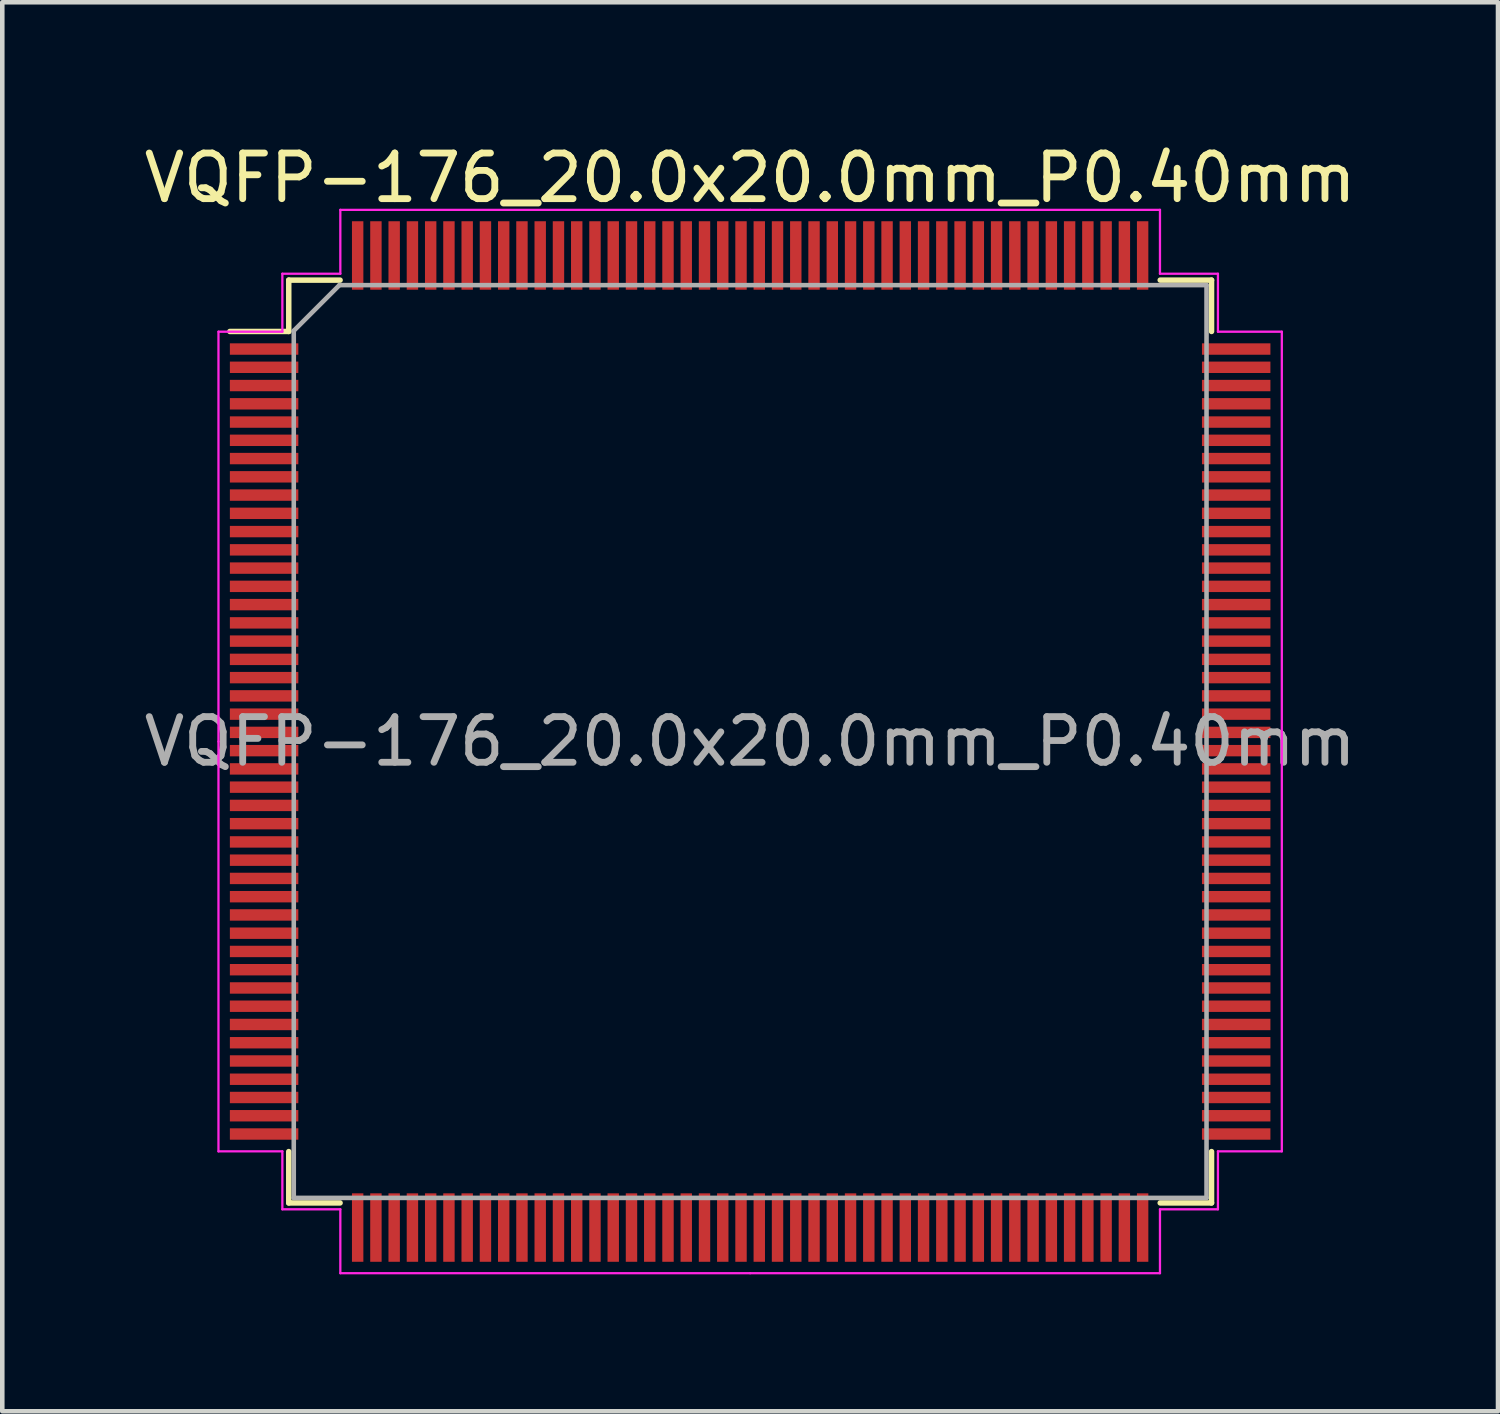
<source format=kicad_pcb>
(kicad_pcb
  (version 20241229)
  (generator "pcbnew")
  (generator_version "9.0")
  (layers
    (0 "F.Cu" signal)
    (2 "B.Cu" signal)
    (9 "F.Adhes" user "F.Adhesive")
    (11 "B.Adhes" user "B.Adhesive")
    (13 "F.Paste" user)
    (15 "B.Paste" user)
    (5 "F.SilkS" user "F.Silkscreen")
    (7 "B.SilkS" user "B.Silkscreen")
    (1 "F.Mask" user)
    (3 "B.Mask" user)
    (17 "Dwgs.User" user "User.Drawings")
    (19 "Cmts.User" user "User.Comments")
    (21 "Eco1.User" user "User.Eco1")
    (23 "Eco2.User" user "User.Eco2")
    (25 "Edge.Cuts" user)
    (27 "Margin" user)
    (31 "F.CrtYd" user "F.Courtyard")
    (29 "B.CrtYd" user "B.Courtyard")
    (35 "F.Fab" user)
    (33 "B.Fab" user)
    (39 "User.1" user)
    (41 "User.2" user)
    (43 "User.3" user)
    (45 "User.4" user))
  (footprint "VQFP-176_20.0x20.0mm_P0.40mm"
    (layer "F.Cu")
    (at 13.387 13.198)
    (property "Reference" "VQFP-176_20.0x20.0mm_P0.40mm" (at 0 -12.35 0) (layer "F.SilkS") (effects (font (size 1 1) (thickness 0.15))))
    (attr smd)
    (fp_line (start -10.11 -10.11) (end -10.11 -8.985) (stroke (width 0.12) (type solid)) (layer "F.SilkS"))
    (fp_line (start -10.11 -8.985) (end -11.4 -8.985) (stroke (width 0.12) (type solid)) (layer "F.SilkS"))
    (fp_line (start -10.11 10.11) (end -10.11 8.985) (stroke (width 0.12) (type solid)) (layer "F.SilkS"))
    (fp_line (start -8.985 -10.11) (end -10.11 -10.11) (stroke (width 0.12) (type solid)) (layer "F.SilkS"))
    (fp_line (start -8.985 10.11) (end -10.11 10.11) (stroke (width 0.12) (type solid)) (layer "F.SilkS"))
    (fp_line (start 8.985 -10.11) (end 10.11 -10.11) (stroke (width 0.12) (type solid)) (layer "F.SilkS"))
    (fp_line (start 8.985 10.11) (end 10.11 10.11) (stroke (width 0.12) (type solid)) (layer "F.SilkS"))
    (fp_line (start 10.11 -10.11) (end 10.11 -8.985) (stroke (width 0.12) (type solid)) (layer "F.SilkS"))
    (fp_line (start 10.11 10.11) (end 10.11 8.985) (stroke (width 0.12) (type solid)) (layer "F.SilkS"))
    (fp_line (start -11.65 -8.98) (end -11.65 0) (stroke (width 0.05) (type solid)) (layer "F.CrtYd"))
    (fp_line (start -11.65 8.98) (end -11.65 0) (stroke (width 0.05) (type solid)) (layer "F.CrtYd"))
    (fp_line (start -10.25 -10.25) (end -10.25 -8.98) (stroke (width 0.05) (type solid)) (layer "F.CrtYd"))
    (fp_line (start -10.25 -8.98) (end -11.65 -8.98) (stroke (width 0.05) (type solid)) (layer "F.CrtYd"))
    (fp_line (start -10.25 8.98) (end -11.65 8.98) (stroke (width 0.05) (type solid)) (layer "F.CrtYd"))
    (fp_line (start -10.25 10.25) (end -10.25 8.98) (stroke (width 0.05) (type solid)) (layer "F.CrtYd"))
    (fp_line (start -8.98 -11.65) (end -8.98 -10.25) (stroke (width 0.05) (type solid)) (layer "F.CrtYd"))
    (fp_line (start -8.98 -10.25) (end -10.25 -10.25) (stroke (width 0.05) (type solid)) (layer "F.CrtYd"))
    (fp_line (start -8.98 10.25) (end -10.25 10.25) (stroke (width 0.05) (type solid)) (layer "F.CrtYd"))
    (fp_line (start -8.98 11.65) (end -8.98 10.25) (stroke (width 0.05) (type solid)) (layer "F.CrtYd"))
    (fp_line (start 0 -11.65) (end -8.98 -11.65) (stroke (width 0.05) (type solid)) (layer "F.CrtYd"))
    (fp_line (start 0 -11.65) (end 8.98 -11.65) (stroke (width 0.05) (type solid)) (layer "F.CrtYd"))
    (fp_line (start 0 11.65) (end -8.98 11.65) (stroke (width 0.05) (type solid)) (layer "F.CrtYd"))
    (fp_line (start 0 11.65) (end 8.98 11.65) (stroke (width 0.05) (type solid)) (layer "F.CrtYd"))
    (fp_line (start 8.98 -11.65) (end 8.98 -10.25) (stroke (width 0.05) (type solid)) (layer "F.CrtYd"))
    (fp_line (start 8.98 -10.25) (end 10.25 -10.25) (stroke (width 0.05) (type solid)) (layer "F.CrtYd"))
    (fp_line (start 8.98 10.25) (end 10.25 10.25) (stroke (width 0.05) (type solid)) (layer "F.CrtYd"))
    (fp_line (start 8.98 11.65) (end 8.98 10.25) (stroke (width 0.05) (type solid)) (layer "F.CrtYd"))
    (fp_line (start 10.25 -10.25) (end 10.25 -8.98) (stroke (width 0.05) (type solid)) (layer "F.CrtYd"))
    (fp_line (start 10.25 -8.98) (end 11.65 -8.98) (stroke (width 0.05) (type solid)) (layer "F.CrtYd"))
    (fp_line (start 10.25 8.98) (end 11.65 8.98) (stroke (width 0.05) (type solid)) (layer "F.CrtYd"))
    (fp_line (start 10.25 10.25) (end 10.25 8.98) (stroke (width 0.05) (type solid)) (layer "F.CrtYd"))
    (fp_line (start 11.65 -8.98) (end 11.65 0) (stroke (width 0.05) (type solid)) (layer "F.CrtYd"))
    (fp_line (start 11.65 8.98) (end 11.65 0) (stroke (width 0.05) (type solid)) (layer "F.CrtYd"))
    (fp_line (start -10 -9) (end -9 -10) (stroke (width 0.1) (type solid)) (layer "F.Fab"))
    (fp_line (start -10 10) (end -10 -9) (stroke (width 0.1) (type solid)) (layer "F.Fab"))
    (fp_line (start -9 -10) (end 10 -10) (stroke (width 0.1) (type solid)) (layer "F.Fab"))
    (fp_line (start 10 -10) (end 10 10) (stroke (width 0.1) (type solid)) (layer "F.Fab"))
    (fp_line (start 10 10) (end -10 10) (stroke (width 0.1) (type solid)) (layer "F.Fab"))
    (fp_text user "${REFERENCE}" (at 0 0 0) (layer "F.Fab") (effects (font (size 1 1) (thickness 0.15))))
    (pad "1" smd rect (at -10.65 -8.6) (size 1.5 0.25) (layers "F.Cu" "F.Mask" "F.Paste"))
    (pad "2" smd rect (at -10.65 -8.2) (size 1.5 0.25) (layers "F.Cu" "F.Mask" "F.Paste"))
    (pad "3" smd rect (at -10.65 -7.8) (size 1.5 0.25) (layers "F.Cu" "F.Mask" "F.Paste"))
    (pad "4" smd rect (at -10.65 -7.4) (size 1.5 0.25) (layers "F.Cu" "F.Mask" "F.Paste"))
    (pad "5" smd rect (at -10.65 -7) (size 1.5 0.25) (layers "F.Cu" "F.Mask" "F.Paste"))
    (pad "6" smd rect (at -10.65 -6.6) (size 1.5 0.25) (layers "F.Cu" "F.Mask" "F.Paste"))
    (pad "7" smd rect (at -10.65 -6.2) (size 1.5 0.25) (layers "F.Cu" "F.Mask" "F.Paste"))
    (pad "8" smd rect (at -10.65 -5.8) (size 1.5 0.25) (layers "F.Cu" "F.Mask" "F.Paste"))
    (pad "9" smd rect (at -10.65 -5.4) (size 1.5 0.25) (layers "F.Cu" "F.Mask" "F.Paste"))
    (pad "10" smd rect (at -10.65 -5) (size 1.5 0.25) (layers "F.Cu" "F.Mask" "F.Paste"))
    (pad "11" smd rect (at -10.65 -4.6) (size 1.5 0.25) (layers "F.Cu" "F.Mask" "F.Paste"))
    (pad "12" smd rect (at -10.65 -4.2) (size 1.5 0.25) (layers "F.Cu" "F.Mask" "F.Paste"))
    (pad "13" smd rect (at -10.65 -3.8) (size 1.5 0.25) (layers "F.Cu" "F.Mask" "F.Paste"))
    (pad "14" smd rect (at -10.65 -3.4) (size 1.5 0.25) (layers "F.Cu" "F.Mask" "F.Paste"))
    (pad "15" smd rect (at -10.65 -3) (size 1.5 0.25) (layers "F.Cu" "F.Mask" "F.Paste"))
    (pad "16" smd rect (at -10.65 -2.6) (size 1.5 0.25) (layers "F.Cu" "F.Mask" "F.Paste"))
    (pad "17" smd rect (at -10.65 -2.2) (size 1.5 0.25) (layers "F.Cu" "F.Mask" "F.Paste"))
    (pad "18" smd rect (at -10.65 -1.8) (size 1.5 0.25) (layers "F.Cu" "F.Mask" "F.Paste"))
    (pad "19" smd rect (at -10.65 -1.4) (size 1.5 0.25) (layers "F.Cu" "F.Mask" "F.Paste"))
    (pad "20" smd rect (at -10.65 -1) (size 1.5 0.25) (layers "F.Cu" "F.Mask" "F.Paste"))
    (pad "21" smd rect (at -10.65 -0.6) (size 1.5 0.25) (layers "F.Cu" "F.Mask" "F.Paste"))
    (pad "22" smd rect (at -10.65 -0.2) (size 1.5 0.25) (layers "F.Cu" "F.Mask" "F.Paste"))
    (pad "23" smd rect (at -10.65 0.2) (size 1.5 0.25) (layers "F.Cu" "F.Mask" "F.Paste"))
    (pad "24" smd rect (at -10.65 0.6) (size 1.5 0.25) (layers "F.Cu" "F.Mask" "F.Paste"))
    (pad "25" smd rect (at -10.65 1) (size 1.5 0.25) (layers "F.Cu" "F.Mask" "F.Paste"))
    (pad "26" smd rect (at -10.65 1.4) (size 1.5 0.25) (layers "F.Cu" "F.Mask" "F.Paste"))
    (pad "27" smd rect (at -10.65 1.8) (size 1.5 0.25) (layers "F.Cu" "F.Mask" "F.Paste"))
    (pad "28" smd rect (at -10.65 2.2) (size 1.5 0.25) (layers "F.Cu" "F.Mask" "F.Paste"))
    (pad "29" smd rect (at -10.65 2.6) (size 1.5 0.25) (layers "F.Cu" "F.Mask" "F.Paste"))
    (pad "30" smd rect (at -10.65 3) (size 1.5 0.25) (layers "F.Cu" "F.Mask" "F.Paste"))
    (pad "31" smd rect (at -10.65 3.4) (size 1.5 0.25) (layers "F.Cu" "F.Mask" "F.Paste"))
    (pad "32" smd rect (at -10.65 3.8) (size 1.5 0.25) (layers "F.Cu" "F.Mask" "F.Paste"))
    (pad "33" smd rect (at -10.65 4.2) (size 1.5 0.25) (layers "F.Cu" "F.Mask" "F.Paste"))
    (pad "34" smd rect (at -10.65 4.6) (size 1.5 0.25) (layers "F.Cu" "F.Mask" "F.Paste"))
    (pad "35" smd rect (at -10.65 5) (size 1.5 0.25) (layers "F.Cu" "F.Mask" "F.Paste"))
    (pad "36" smd rect (at -10.65 5.4) (size 1.5 0.25) (layers "F.Cu" "F.Mask" "F.Paste"))
    (pad "37" smd rect (at -10.65 5.8) (size 1.5 0.25) (layers "F.Cu" "F.Mask" "F.Paste"))
    (pad "38" smd rect (at -10.65 6.2) (size 1.5 0.25) (layers "F.Cu" "F.Mask" "F.Paste"))
    (pad "39" smd rect (at -10.65 6.6) (size 1.5 0.25) (layers "F.Cu" "F.Mask" "F.Paste"))
    (pad "40" smd rect (at -10.65 7) (size 1.5 0.25) (layers "F.Cu" "F.Mask" "F.Paste"))
    (pad "41" smd rect (at -10.65 7.4) (size 1.5 0.25) (layers "F.Cu" "F.Mask" "F.Paste"))
    (pad "42" smd rect (at -10.65 7.8) (size 1.5 0.25) (layers "F.Cu" "F.Mask" "F.Paste"))
    (pad "43" smd rect (at -10.65 8.2) (size 1.5 0.25) (layers "F.Cu" "F.Mask" "F.Paste"))
    (pad "44" smd rect (at -10.65 8.6) (size 1.5 0.25) (layers "F.Cu" "F.Mask" "F.Paste"))
    (pad "45" smd rect (at -8.6 10.65) (size 0.25 1.5) (layers "F.Cu" "F.Mask" "F.Paste"))
    (pad "46" smd rect (at -8.2 10.65) (size 0.25 1.5) (layers "F.Cu" "F.Mask" "F.Paste"))
    (pad "47" smd rect (at -7.8 10.65) (size 0.25 1.5) (layers "F.Cu" "F.Mask" "F.Paste"))
    (pad "48" smd rect (at -7.4 10.65) (size 0.25 1.5) (layers "F.Cu" "F.Mask" "F.Paste"))
    (pad "49" smd rect (at -7 10.65) (size 0.25 1.5) (layers "F.Cu" "F.Mask" "F.Paste"))
    (pad "50" smd rect (at -6.6 10.65) (size 0.25 1.5) (layers "F.Cu" "F.Mask" "F.Paste"))
    (pad "51" smd rect (at -6.2 10.65) (size 0.25 1.5) (layers "F.Cu" "F.Mask" "F.Paste"))
    (pad "52" smd rect (at -5.8 10.65) (size 0.25 1.5) (layers "F.Cu" "F.Mask" "F.Paste"))
    (pad "53" smd rect (at -5.4 10.65) (size 0.25 1.5) (layers "F.Cu" "F.Mask" "F.Paste"))
    (pad "54" smd rect (at -5 10.65) (size 0.25 1.5) (layers "F.Cu" "F.Mask" "F.Paste"))
    (pad "55" smd rect (at -4.6 10.65) (size 0.25 1.5) (layers "F.Cu" "F.Mask" "F.Paste"))
    (pad "56" smd rect (at -4.2 10.65) (size 0.25 1.5) (layers "F.Cu" "F.Mask" "F.Paste"))
    (pad "57" smd rect (at -3.8 10.65) (size 0.25 1.5) (layers "F.Cu" "F.Mask" "F.Paste"))
    (pad "58" smd rect (at -3.4 10.65) (size 0.25 1.5) (layers "F.Cu" "F.Mask" "F.Paste"))
    (pad "59" smd rect (at -3 10.65) (size 0.25 1.5) (layers "F.Cu" "F.Mask" "F.Paste"))
    (pad "60" smd rect (at -2.6 10.65) (size 0.25 1.5) (layers "F.Cu" "F.Mask" "F.Paste"))
    (pad "61" smd rect (at -2.2 10.65) (size 0.25 1.5) (layers "F.Cu" "F.Mask" "F.Paste"))
    (pad "62" smd rect (at -1.8 10.65) (size 0.25 1.5) (layers "F.Cu" "F.Mask" "F.Paste"))
    (pad "63" smd rect (at -1.4 10.65) (size 0.25 1.5) (layers "F.Cu" "F.Mask" "F.Paste"))
    (pad "64" smd rect (at -1 10.65) (size 0.25 1.5) (layers "F.Cu" "F.Mask" "F.Paste"))
    (pad "65" smd rect (at -0.6 10.65) (size 0.25 1.5) (layers "F.Cu" "F.Mask" "F.Paste"))
    (pad "66" smd rect (at -0.2 10.65) (size 0.25 1.5) (layers "F.Cu" "F.Mask" "F.Paste"))
    (pad "67" smd rect (at 0.2 10.65) (size 0.25 1.5) (layers "F.Cu" "F.Mask" "F.Paste"))
    (pad "68" smd rect (at 0.6 10.65) (size 0.25 1.5) (layers "F.Cu" "F.Mask" "F.Paste"))
    (pad "69" smd rect (at 1 10.65) (size 0.25 1.5) (layers "F.Cu" "F.Mask" "F.Paste"))
    (pad "70" smd rect (at 1.4 10.65) (size 0.25 1.5) (layers "F.Cu" "F.Mask" "F.Paste"))
    (pad "71" smd rect (at 1.8 10.65) (size 0.25 1.5) (layers "F.Cu" "F.Mask" "F.Paste"))
    (pad "72" smd rect (at 2.2 10.65) (size 0.25 1.5) (layers "F.Cu" "F.Mask" "F.Paste"))
    (pad "73" smd rect (at 2.6 10.65) (size 0.25 1.5) (layers "F.Cu" "F.Mask" "F.Paste"))
    (pad "74" smd rect (at 3 10.65) (size 0.25 1.5) (layers "F.Cu" "F.Mask" "F.Paste"))
    (pad "75" smd rect (at 3.4 10.65) (size 0.25 1.5) (layers "F.Cu" "F.Mask" "F.Paste"))
    (pad "76" smd rect (at 3.8 10.65) (size 0.25 1.5) (layers "F.Cu" "F.Mask" "F.Paste"))
    (pad "77" smd rect (at 4.2 10.65) (size 0.25 1.5) (layers "F.Cu" "F.Mask" "F.Paste"))
    (pad "78" smd rect (at 4.6 10.65) (size 0.25 1.5) (layers "F.Cu" "F.Mask" "F.Paste"))
    (pad "79" smd rect (at 5 10.65) (size 0.25 1.5) (layers "F.Cu" "F.Mask" "F.Paste"))
    (pad "80" smd rect (at 5.4 10.65) (size 0.25 1.5) (layers "F.Cu" "F.Mask" "F.Paste"))
    (pad "81" smd rect (at 5.8 10.65) (size 0.25 1.5) (layers "F.Cu" "F.Mask" "F.Paste"))
    (pad "82" smd rect (at 6.2 10.65) (size 0.25 1.5) (layers "F.Cu" "F.Mask" "F.Paste"))
    (pad "83" smd rect (at 6.6 10.65) (size 0.25 1.5) (layers "F.Cu" "F.Mask" "F.Paste"))
    (pad "84" smd rect (at 7 10.65) (size 0.25 1.5) (layers "F.Cu" "F.Mask" "F.Paste"))
    (pad "85" smd rect (at 7.4 10.65) (size 0.25 1.5) (layers "F.Cu" "F.Mask" "F.Paste"))
    (pad "86" smd rect (at 7.8 10.65) (size 0.25 1.5) (layers "F.Cu" "F.Mask" "F.Paste"))
    (pad "87" smd rect (at 8.2 10.65) (size 0.25 1.5) (layers "F.Cu" "F.Mask" "F.Paste"))
    (pad "88" smd rect (at 8.6 10.65) (size 0.25 1.5) (layers "F.Cu" "F.Mask" "F.Paste"))
    (pad "89" smd rect (at 10.65 8.6) (size 1.5 0.25) (layers "F.Cu" "F.Mask" "F.Paste"))
    (pad "90" smd rect (at 10.65 8.2) (size 1.5 0.25) (layers "F.Cu" "F.Mask" "F.Paste"))
    (pad "91" smd rect (at 10.65 7.8) (size 1.5 0.25) (layers "F.Cu" "F.Mask" "F.Paste"))
    (pad "92" smd rect (at 10.65 7.4) (size 1.5 0.25) (layers "F.Cu" "F.Mask" "F.Paste"))
    (pad "93" smd rect (at 10.65 7) (size 1.5 0.25) (layers "F.Cu" "F.Mask" "F.Paste"))
    (pad "94" smd rect (at 10.65 6.6) (size 1.5 0.25) (layers "F.Cu" "F.Mask" "F.Paste"))
    (pad "95" smd rect (at 10.65 6.2) (size 1.5 0.25) (layers "F.Cu" "F.Mask" "F.Paste"))
    (pad "96" smd rect (at 10.65 5.8) (size 1.5 0.25) (layers "F.Cu" "F.Mask" "F.Paste"))
    (pad "97" smd rect (at 10.65 5.4) (size 1.5 0.25) (layers "F.Cu" "F.Mask" "F.Paste"))
    (pad "98" smd rect (at 10.65 5) (size 1.5 0.25) (layers "F.Cu" "F.Mask" "F.Paste"))
    (pad "99" smd rect (at 10.65 4.6) (size 1.5 0.25) (layers "F.Cu" "F.Mask" "F.Paste"))
    (pad "100" smd rect (at 10.65 4.2) (size 1.5 0.25) (layers "F.Cu" "F.Mask" "F.Paste"))
    (pad "101" smd rect (at 10.65 3.8) (size 1.5 0.25) (layers "F.Cu" "F.Mask" "F.Paste"))
    (pad "102" smd rect (at 10.65 3.4) (size 1.5 0.25) (layers "F.Cu" "F.Mask" "F.Paste"))
    (pad "103" smd rect (at 10.65 3) (size 1.5 0.25) (layers "F.Cu" "F.Mask" "F.Paste"))
    (pad "104" smd rect (at 10.65 2.6) (size 1.5 0.25) (layers "F.Cu" "F.Mask" "F.Paste"))
    (pad "105" smd rect (at 10.65 2.2) (size 1.5 0.25) (layers "F.Cu" "F.Mask" "F.Paste"))
    (pad "106" smd rect (at 10.65 1.8) (size 1.5 0.25) (layers "F.Cu" "F.Mask" "F.Paste"))
    (pad "107" smd rect (at 10.65 1.4) (size 1.5 0.25) (layers "F.Cu" "F.Mask" "F.Paste"))
    (pad "108" smd rect (at 10.65 1) (size 1.5 0.25) (layers "F.Cu" "F.Mask" "F.Paste"))
    (pad "109" smd rect (at 10.65 0.6) (size 1.5 0.25) (layers "F.Cu" "F.Mask" "F.Paste"))
    (pad "110" smd rect (at 10.65 0.2) (size 1.5 0.25) (layers "F.Cu" "F.Mask" "F.Paste"))
    (pad "111" smd rect (at 10.65 -0.2) (size 1.5 0.25) (layers "F.Cu" "F.Mask" "F.Paste"))
    (pad "112" smd rect (at 10.65 -0.6) (size 1.5 0.25) (layers "F.Cu" "F.Mask" "F.Paste"))
    (pad "113" smd rect (at 10.65 -1) (size 1.5 0.25) (layers "F.Cu" "F.Mask" "F.Paste"))
    (pad "114" smd rect (at 10.65 -1.4) (size 1.5 0.25) (layers "F.Cu" "F.Mask" "F.Paste"))
    (pad "115" smd rect (at 10.65 -1.8) (size 1.5 0.25) (layers "F.Cu" "F.Mask" "F.Paste"))
    (pad "116" smd rect (at 10.65 -2.2) (size 1.5 0.25) (layers "F.Cu" "F.Mask" "F.Paste"))
    (pad "117" smd rect (at 10.65 -2.6) (size 1.5 0.25) (layers "F.Cu" "F.Mask" "F.Paste"))
    (pad "118" smd rect (at 10.65 -3) (size 1.5 0.25) (layers "F.Cu" "F.Mask" "F.Paste"))
    (pad "119" smd rect (at 10.65 -3.4) (size 1.5 0.25) (layers "F.Cu" "F.Mask" "F.Paste"))
    (pad "120" smd rect (at 10.65 -3.8) (size 1.5 0.25) (layers "F.Cu" "F.Mask" "F.Paste"))
    (pad "121" smd rect (at 10.65 -4.2) (size 1.5 0.25) (layers "F.Cu" "F.Mask" "F.Paste"))
    (pad "122" smd rect (at 10.65 -4.6) (size 1.5 0.25) (layers "F.Cu" "F.Mask" "F.Paste"))
    (pad "123" smd rect (at 10.65 -5) (size 1.5 0.25) (layers "F.Cu" "F.Mask" "F.Paste"))
    (pad "124" smd rect (at 10.65 -5.4) (size 1.5 0.25) (layers "F.Cu" "F.Mask" "F.Paste"))
    (pad "125" smd rect (at 10.65 -5.8) (size 1.5 0.25) (layers "F.Cu" "F.Mask" "F.Paste"))
    (pad "126" smd rect (at 10.65 -6.2) (size 1.5 0.25) (layers "F.Cu" "F.Mask" "F.Paste"))
    (pad "127" smd rect (at 10.65 -6.6) (size 1.5 0.25) (layers "F.Cu" "F.Mask" "F.Paste"))
    (pad "128" smd rect (at 10.65 -7) (size 1.5 0.25) (layers "F.Cu" "F.Mask" "F.Paste"))
    (pad "129" smd rect (at 10.65 -7.4) (size 1.5 0.25) (layers "F.Cu" "F.Mask" "F.Paste"))
    (pad "130" smd rect (at 10.65 -7.8) (size 1.5 0.25) (layers "F.Cu" "F.Mask" "F.Paste"))
    (pad "131" smd rect (at 10.65 -8.2) (size 1.5 0.25) (layers "F.Cu" "F.Mask" "F.Paste"))
    (pad "132" smd rect (at 10.65 -8.6) (size 1.5 0.25) (layers "F.Cu" "F.Mask" "F.Paste"))
    (pad "133" smd rect (at 8.6 -10.65) (size 0.25 1.5) (layers "F.Cu" "F.Mask" "F.Paste"))
    (pad "134" smd rect (at 8.2 -10.65) (size 0.25 1.5) (layers "F.Cu" "F.Mask" "F.Paste"))
    (pad "135" smd rect (at 7.8 -10.65) (size 0.25 1.5) (layers "F.Cu" "F.Mask" "F.Paste"))
    (pad "136" smd rect (at 7.4 -10.65) (size 0.25 1.5) (layers "F.Cu" "F.Mask" "F.Paste"))
    (pad "137" smd rect (at 7 -10.65) (size 0.25 1.5) (layers "F.Cu" "F.Mask" "F.Paste"))
    (pad "138" smd rect (at 6.6 -10.65) (size 0.25 1.5) (layers "F.Cu" "F.Mask" "F.Paste"))
    (pad "139" smd rect (at 6.2 -10.65) (size 0.25 1.5) (layers "F.Cu" "F.Mask" "F.Paste"))
    (pad "140" smd rect (at 5.8 -10.65) (size 0.25 1.5) (layers "F.Cu" "F.Mask" "F.Paste"))
    (pad "141" smd rect (at 5.4 -10.65) (size 0.25 1.5) (layers "F.Cu" "F.Mask" "F.Paste"))
    (pad "142" smd rect (at 5 -10.65) (size 0.25 1.5) (layers "F.Cu" "F.Mask" "F.Paste"))
    (pad "143" smd rect (at 4.6 -10.65) (size 0.25 1.5) (layers "F.Cu" "F.Mask" "F.Paste"))
    (pad "144" smd rect (at 4.2 -10.65) (size 0.25 1.5) (layers "F.Cu" "F.Mask" "F.Paste"))
    (pad "145" smd rect (at 3.8 -10.65) (size 0.25 1.5) (layers "F.Cu" "F.Mask" "F.Paste"))
    (pad "146" smd rect (at 3.4 -10.65) (size 0.25 1.5) (layers "F.Cu" "F.Mask" "F.Paste"))
    (pad "147" smd rect (at 3 -10.65) (size 0.25 1.5) (layers "F.Cu" "F.Mask" "F.Paste"))
    (pad "148" smd rect (at 2.6 -10.65) (size 0.25 1.5) (layers "F.Cu" "F.Mask" "F.Paste"))
    (pad "149" smd rect (at 2.2 -10.65) (size 0.25 1.5) (layers "F.Cu" "F.Mask" "F.Paste"))
    (pad "150" smd rect (at 1.8 -10.65) (size 0.25 1.5) (layers "F.Cu" "F.Mask" "F.Paste"))
    (pad "151" smd rect (at 1.4 -10.65) (size 0.25 1.5) (layers "F.Cu" "F.Mask" "F.Paste"))
    (pad "152" smd rect (at 1 -10.65) (size 0.25 1.5) (layers "F.Cu" "F.Mask" "F.Paste"))
    (pad "153" smd rect (at 0.6 -10.65) (size 0.25 1.5) (layers "F.Cu" "F.Mask" "F.Paste"))
    (pad "154" smd rect (at 0.2 -10.65) (size 0.25 1.5) (layers "F.Cu" "F.Mask" "F.Paste"))
    (pad "155" smd rect (at -0.2 -10.65) (size 0.25 1.5) (layers "F.Cu" "F.Mask" "F.Paste"))
    (pad "156" smd rect (at -0.6 -10.65) (size 0.25 1.5) (layers "F.Cu" "F.Mask" "F.Paste"))
    (pad "157" smd rect (at -1 -10.65) (size 0.25 1.5) (layers "F.Cu" "F.Mask" "F.Paste"))
    (pad "158" smd rect (at -1.4 -10.65) (size 0.25 1.5) (layers "F.Cu" "F.Mask" "F.Paste"))
    (pad "159" smd rect (at -1.8 -10.65) (size 0.25 1.5) (layers "F.Cu" "F.Mask" "F.Paste"))
    (pad "160" smd rect (at -2.2 -10.65) (size 0.25 1.5) (layers "F.Cu" "F.Mask" "F.Paste"))
    (pad "161" smd rect (at -2.6 -10.65) (size 0.25 1.5) (layers "F.Cu" "F.Mask" "F.Paste"))
    (pad "162" smd rect (at -3 -10.65) (size 0.25 1.5) (layers "F.Cu" "F.Mask" "F.Paste"))
    (pad "163" smd rect (at -3.4 -10.65) (size 0.25 1.5) (layers "F.Cu" "F.Mask" "F.Paste"))
    (pad "164" smd rect (at -3.8 -10.65) (size 0.25 1.5) (layers "F.Cu" "F.Mask" "F.Paste"))
    (pad "165" smd rect (at -4.2 -10.65) (size 0.25 1.5) (layers "F.Cu" "F.Mask" "F.Paste"))
    (pad "166" smd rect (at -4.6 -10.65) (size 0.25 1.5) (layers "F.Cu" "F.Mask" "F.Paste"))
    (pad "167" smd rect (at -5 -10.65) (size 0.25 1.5) (layers "F.Cu" "F.Mask" "F.Paste"))
    (pad "168" smd rect (at -5.4 -10.65) (size 0.25 1.5) (layers "F.Cu" "F.Mask" "F.Paste"))
    (pad "169" smd rect (at -5.8 -10.65) (size 0.25 1.5) (layers "F.Cu" "F.Mask" "F.Paste"))
    (pad "170" smd rect (at -6.2 -10.65) (size 0.25 1.5) (layers "F.Cu" "F.Mask" "F.Paste"))
    (pad "171" smd rect (at -6.6 -10.65) (size 0.25 1.5) (layers "F.Cu" "F.Mask" "F.Paste"))
    (pad "172" smd rect (at -7 -10.65) (size 0.25 1.5) (layers "F.Cu" "F.Mask" "F.Paste"))
    (pad "173" smd rect (at -7.4 -10.65) (size 0.25 1.5) (layers "F.Cu" "F.Mask" "F.Paste"))
    (pad "174" smd rect (at -7.8 -10.65) (size 0.25 1.5) (layers "F.Cu" "F.Mask" "F.Paste"))
    (pad "175" smd rect (at -8.2 -10.65) (size 0.25 1.5) (layers "F.Cu" "F.Mask" "F.Paste"))
    (pad "176" smd rect (at -8.6 -10.65) (size 0.25 1.5) (layers "F.Cu" "F.Mask" "F.Paste")))
  (gr_rect
    (start -3 -3)
    (end 29.774 27.873)
    (stroke (width 0.1) (type default))
    (fill no)
    (layer "Edge.Cuts")))
</source>
